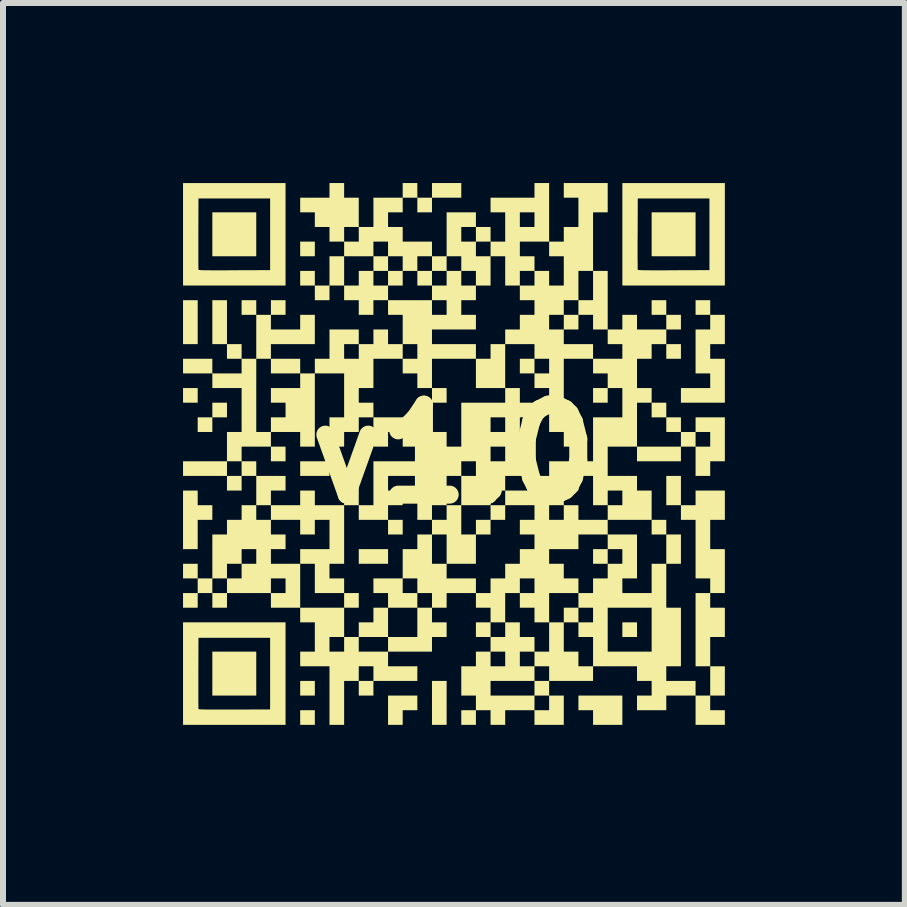
<source format=kicad_pcb>
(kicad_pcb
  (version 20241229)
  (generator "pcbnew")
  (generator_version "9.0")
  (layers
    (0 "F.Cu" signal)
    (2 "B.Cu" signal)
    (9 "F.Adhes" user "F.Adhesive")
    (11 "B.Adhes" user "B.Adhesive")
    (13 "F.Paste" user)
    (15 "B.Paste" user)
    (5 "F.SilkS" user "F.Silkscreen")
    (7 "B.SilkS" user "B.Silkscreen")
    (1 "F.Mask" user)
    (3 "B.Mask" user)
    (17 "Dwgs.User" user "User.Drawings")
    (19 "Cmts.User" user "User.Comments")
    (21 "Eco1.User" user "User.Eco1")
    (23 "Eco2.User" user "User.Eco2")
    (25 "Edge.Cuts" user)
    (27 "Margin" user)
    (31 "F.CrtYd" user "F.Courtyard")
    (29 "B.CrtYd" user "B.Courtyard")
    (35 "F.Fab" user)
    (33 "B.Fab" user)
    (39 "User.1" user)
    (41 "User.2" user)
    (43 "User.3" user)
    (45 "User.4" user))
  (footprint "v1.0"
    (layer "F.Cu")
    (at 4.514 4.514)
    (property "Reference" "v1.0" (at 0 0 0) (layer "F.SilkS") (effects (font (size 1.5 1.5) (thickness 0.3))))
    (attr board_only exclude_from_pos_files exclude_from_bom)
    (fp_poly (pts (xy -4.27 -2.196) (xy -4.27 -1.83) (xy -4.392 -1.83) (xy -4.514 -1.83) (xy -4.514 -2.196) (xy -4.514 -2.562) (xy -4.392 -2.562) (xy -4.27 -2.562)) (stroke (width 0) (type solid)) (fill yes) (layer "F.SilkS"))
    (fp_poly (pts (xy -4.27 -0.976) (xy -4.27 -0.854) (xy -4.392 -0.854) (xy -4.514 -0.854) (xy -4.514 -0.976) (xy -4.514 -1.098) (xy -4.392 -1.098) (xy -4.27 -1.098)) (stroke (width 0) (type solid)) (fill yes) (layer "F.SilkS"))
    (fp_poly (pts (xy -3.782 -2.196) (xy -3.782 -1.83) (xy -3.904 -1.83) (xy -4.026 -1.83) (xy -4.026 -2.196) (xy -4.026 -2.562) (xy -3.904 -2.562) (xy -3.782 -2.562)) (stroke (width 0) (type solid)) (fill yes) (layer "F.SilkS"))
    (fp_poly (pts (xy -3.294 -3.66) (xy -3.294 -3.294) (xy -3.66 -3.294) (xy -4.026 -3.294) (xy -4.026 -3.66) (xy -4.026 -4.026) (xy -3.66 -4.026) (xy -3.294 -4.026)) (stroke (width 0) (type solid)) (fill yes) (layer "F.SilkS"))
    (fp_poly (pts (xy -3.294 3.66) (xy -3.294 4.026) (xy -3.66 4.026) (xy -4.026 4.026) (xy -4.026 3.66) (xy -4.026 3.294) (xy -3.66 3.294) (xy -3.294 3.294)) (stroke (width 0) (type solid)) (fill yes) (layer "F.SilkS"))
    (fp_poly (pts (xy -2.806 0) (xy -2.806 0.122) (xy -2.928 0.122) (xy -3.05 0.122) (xy -3.05 0) (xy -3.05 -0.122) (xy -2.928 -0.122) (xy -2.806 -0.122)) (stroke (width 0) (type solid)) (fill yes) (layer "F.SilkS"))
    (fp_poly (pts (xy -2.318 -3.416) (xy -2.318 -3.294) (xy -2.44 -3.294) (xy -2.562 -3.294) (xy -2.562 -3.416) (xy -2.562 -3.538) (xy -2.44 -3.538) (xy -2.318 -3.538)) (stroke (width 0) (type solid)) (fill yes) (layer "F.SilkS"))
    (fp_poly (pts (xy -2.318 3.904) (xy -2.318 4.026) (xy -2.44 4.026) (xy -2.562 4.026) (xy -2.562 3.904) (xy -2.562 3.782) (xy -2.44 3.782) (xy -2.318 3.782)) (stroke (width 0) (type solid)) (fill yes) (layer "F.SilkS"))
    (fp_poly (pts (xy -2.318 4.392) (xy -2.318 4.514) (xy -2.44 4.514) (xy -2.562 4.514) (xy -2.562 4.392) (xy -2.562 4.27) (xy -2.44 4.27) (xy -2.318 4.27)) (stroke (width 0) (type solid)) (fill yes) (layer "F.SilkS"))
    (fp_poly (pts (xy -2.074 0.244) (xy -2.074 0.366) (xy -2.318 0.366) (xy -2.562 0.366) (xy -2.562 0.244) (xy -2.562 0.122) (xy -2.318 0.122) (xy -2.074 0.122)) (stroke (width 0) (type solid)) (fill yes) (layer "F.SilkS"))
    (fp_poly (pts (xy -1.586 2.44) (xy -1.586 2.562) (xy -1.708 2.562) (xy -1.83 2.562) (xy -1.83 2.44) (xy -1.83 2.318) (xy -1.708 2.318) (xy -1.586 2.318)) (stroke (width 0) (type solid)) (fill yes) (layer "F.SilkS"))
    (fp_poly (pts (xy -1.098 -3.172) (xy -1.098 -3.05) (xy -1.22 -3.05) (xy -1.342 -3.05) (xy -1.342 -3.172) (xy -1.342 -3.294) (xy -1.22 -3.294) (xy -1.098 -3.294)) (stroke (width 0) (type solid)) (fill yes) (layer "F.SilkS"))
    (fp_poly (pts (xy -1.098 1.708) (xy -1.098 1.83) (xy -1.342 1.83) (xy -1.586 1.83) (xy -1.586 1.708) (xy -1.586 1.586) (xy -1.342 1.586) (xy -1.098 1.586)) (stroke (width 0) (type solid)) (fill yes) (layer "F.SilkS"))
    (fp_poly (pts (xy -0.854 -2.928) (xy -0.854 -2.806) (xy -0.976 -2.806) (xy -1.098 -2.806) (xy -1.098 -2.928) (xy -1.098 -3.05) (xy -0.976 -3.05) (xy -0.854 -3.05)) (stroke (width 0) (type solid)) (fill yes) (layer "F.SilkS"))
    (fp_poly (pts (xy -0.854 1.22) (xy -0.854 1.342) (xy -0.976 1.342) (xy -1.098 1.342) (xy -1.098 1.22) (xy -1.098 1.098) (xy -0.976 1.098) (xy -0.854 1.098)) (stroke (width 0) (type solid)) (fill yes) (layer "F.SilkS"))
    (fp_poly (pts (xy -0.366 -2.928) (xy -0.366 -2.806) (xy -0.488 -2.806) (xy -0.61 -2.806) (xy -0.61 -2.928) (xy -0.61 -3.05) (xy -0.488 -3.05) (xy -0.366 -3.05)) (stroke (width 0) (type solid)) (fill yes) (layer "F.SilkS"))
    (fp_poly (pts (xy -0.122 4.148) (xy -0.122 4.514) (xy -0.244 4.514) (xy -0.366 4.514) (xy -0.366 4.148) (xy -0.366 3.782) (xy -0.244 3.782) (xy -0.122 3.782)) (stroke (width 0) (type solid)) (fill yes) (layer "F.SilkS"))
    (fp_poly (pts (xy 1.342 -1.464) (xy 1.342 -1.342) (xy 1.22 -1.342) (xy 1.098 -1.342) (xy 1.098 -1.464) (xy 1.098 -1.586) (xy 1.22 -1.586) (xy 1.342 -1.586)) (stroke (width 0) (type solid)) (fill yes) (layer "F.SilkS"))
    (fp_poly (pts (xy 2.074 -2.196) (xy 2.074 -2.074) (xy 1.952 -2.074) (xy 1.83 -2.074) (xy 1.83 -2.196) (xy 1.83 -2.318) (xy 1.952 -2.318) (xy 2.074 -2.318)) (stroke (width 0) (type solid)) (fill yes) (layer "F.SilkS"))
    (fp_poly (pts (xy 2.074 2.684) (xy 2.074 2.806) (xy 1.952 2.806) (xy 1.83 2.806) (xy 1.83 2.684) (xy 1.83 2.562) (xy 1.952 2.562) (xy 2.074 2.562)) (stroke (width 0) (type solid)) (fill yes) (layer "F.SilkS"))
    (fp_poly (pts (xy 2.562 -0.976) (xy 2.562 -0.854) (xy 2.44 -0.854) (xy 2.318 -0.854) (xy 2.318 -0.976) (xy 2.318 -1.098) (xy 2.44 -1.098) (xy 2.562 -1.098)) (stroke (width 0) (type solid)) (fill yes) (layer "F.SilkS"))
    (fp_poly (pts (xy 2.562 1.708) (xy 2.562 1.83) (xy 2.44 1.83) (xy 2.318 1.83) (xy 2.318 1.708) (xy 2.318 1.586) (xy 2.44 1.586) (xy 2.562 1.586)) (stroke (width 0) (type solid)) (fill yes) (layer "F.SilkS"))
    (fp_poly (pts (xy 3.05 2.928) (xy 3.05 3.05) (xy 2.928 3.05) (xy 2.806 3.05) (xy 2.806 2.928) (xy 2.806 2.806) (xy 2.928 2.806) (xy 3.05 2.806)) (stroke (width 0) (type solid)) (fill yes) (layer "F.SilkS"))
    (fp_poly (pts (xy 3.538 -2.44) (xy 3.538 -2.318) (xy 3.416 -2.318) (xy 3.294 -2.318) (xy 3.294 -2.44) (xy 3.294 -2.562) (xy 3.416 -2.562) (xy 3.538 -2.562)) (stroke (width 0) (type solid)) (fill yes) (layer "F.SilkS"))
    (fp_poly (pts (xy 3.538 -0.732) (xy 3.538 -0.61) (xy 3.416 -0.61) (xy 3.294 -0.61) (xy 3.294 -0.732) (xy 3.294 -0.854) (xy 3.416 -0.854) (xy 3.538 -0.854)) (stroke (width 0) (type solid)) (fill yes) (layer "F.SilkS"))
    (fp_poly (pts (xy 3.538 1.22) (xy 3.538 1.342) (xy 3.416 1.342) (xy 3.294 1.342) (xy 3.294 1.22) (xy 3.294 1.098) (xy 3.416 1.098) (xy 3.538 1.098)) (stroke (width 0) (type solid)) (fill yes) (layer "F.SilkS"))
    (fp_poly (pts (xy 3.782 -1.708) (xy 3.782 -1.586) (xy 3.66 -1.586) (xy 3.538 -1.586) (xy 3.538 -1.708) (xy 3.538 -1.83) (xy 3.66 -1.83) (xy 3.782 -1.83)) (stroke (width 0) (type solid)) (fill yes) (layer "F.SilkS"))
    (fp_poly (pts (xy 4.026 -3.66) (xy 4.026 -3.294) (xy 3.66 -3.294) (xy 3.294 -3.294) (xy 3.294 -3.66) (xy 3.294 -4.026) (xy 3.66 -4.026) (xy 4.026 -4.026)) (stroke (width 0) (type solid)) (fill yes) (layer "F.SilkS"))
    (fp_poly (pts (xy 4.27 -2.44) (xy 4.27 -2.318) (xy 4.148 -2.318) (xy 4.026 -2.318) (xy 4.026 -2.44) (xy 4.026 -2.562) (xy 4.148 -2.562) (xy 4.27 -2.562)) (stroke (width 0) (type solid)) (fill yes) (layer "F.SilkS"))
    (fp_poly (pts (xy -0.61 4.148) (xy -0.61 4.27) (xy -0.732 4.27) (xy -0.854 4.27) (xy -0.854 4.392) (xy -0.854 4.514) (xy -0.976 4.514) (xy -1.098 4.514) (xy -1.098 4.27) (xy -1.098 4.026) (xy -0.854 4.026) (xy -0.61 4.026)) (stroke (width 0) (type solid)) (fill yes) (layer "F.SilkS"))
    (fp_poly (pts (xy 0.854 -1.464) (xy 0.854 -1.098) (xy 0.61 -1.098) (xy 0.366 -1.098) (xy 0.366 -1.342) (xy 0.366 -1.586) (xy 0.488 -1.586) (xy 0.61 -1.586) (xy 0.61 -1.708) (xy 0.61 -1.83) (xy 0.732 -1.83) (xy 0.854 -1.83)) (stroke (width 0) (type solid)) (fill yes) (layer "F.SilkS"))
    (fp_poly (pts (xy 2.806 4.27) (xy 2.806 4.514) (xy 2.562 4.514) (xy 2.318 4.514) (xy 2.318 4.392) (xy 2.318 4.27) (xy 2.196 4.27) (xy 2.074 4.27) (xy 2.074 4.148) (xy 2.074 4.026) (xy 2.44 4.026) (xy 2.806 4.026)) (stroke (width 0) (type solid)) (fill yes) (layer "F.SilkS"))
    (fp_poly (pts (xy -4.27 0.732) (xy -4.27 0.854) (xy -4.148 0.854) (xy -4.026 0.854) (xy -4.026 0.976) (xy -4.026 1.098) (xy -4.148 1.098) (xy -4.27 1.098) (xy -4.27 1.342) (xy -4.27 1.586) (xy -4.392 1.586) (xy -4.514 1.586) (xy -4.514 1.098) (xy -4.514 0.61) (xy -4.392 0.61) (xy -4.27 0.61)) (stroke (width 0) (type solid)) (fill yes) (layer "F.SilkS"))
    (fp_poly (pts (xy -3.782 -0.732) (xy -3.782 -0.61) (xy -3.904 -0.61) (xy -4.026 -0.61) (xy -4.026 -0.488) (xy -4.026 -0.366) (xy -4.148 -0.366) (xy -4.27 -0.366) (xy -4.27 -0.488) (xy -4.27 -0.61) (xy -4.148 -0.61) (xy -4.026 -0.61) (xy -4.026 -0.732) (xy -4.026 -0.854) (xy -3.904 -0.854) (xy -3.782 -0.854)) (stroke (width 0) (type solid)) (fill yes) (layer "F.SilkS"))
    (fp_poly (pts (xy -0.854 2.196) (xy -0.854 2.318) (xy -0.732 2.318) (xy -0.61 2.318) (xy -0.61 2.44) (xy -0.61 2.562) (xy -0.854 2.562) (xy -1.098 2.562) (xy -1.098 2.806) (xy -1.098 3.05) (xy -1.342 3.05) (xy -1.586 3.05) (xy -1.586 2.928) (xy -1.586 2.806) (xy -1.464 2.806) (xy -1.342 2.806) (xy -1.342 2.684) (xy -1.342 2.562) (xy -1.22 2.562) (xy -1.098 2.562) (xy -1.098 2.44) (xy -1.098 2.318) (xy -1.22 2.318) (xy -1.342 2.318) (xy -1.342 2.196) (xy -1.342 2.074) (xy -1.098 2.074) (xy -0.854 2.074)) (stroke (width 0) (type solid)) (fill yes) (layer "F.SilkS"))
    (fp_poly (pts (xy 4.514 -2.074) (xy 4.514 -1.83) (xy 4.392 -1.83) (xy 4.27 -1.83) (xy 4.27 -1.708) (xy 4.27 -1.586) (xy 4.392 -1.586) (xy 4.514 -1.586) (xy 4.514 -1.22) (xy 4.514 -0.854) (xy 4.148 -0.854) (xy 3.782 -0.854) (xy 3.782 -0.976) (xy 3.782 -1.098) (xy 4.026 -1.098) (xy 4.27 -1.098) (xy 4.27 -1.22) (xy 4.27 -1.342) (xy 4.148 -1.342) (xy 4.026 -1.342) (xy 4.026 -1.708) (xy 4.026 -2.074) (xy 4.148 -2.074) (xy 4.27 -2.074) (xy 4.27 -2.196) (xy 4.27 -2.318) (xy 4.392 -2.318) (xy 4.514 -2.318)) (stroke (width 0) (type solid)) (fill yes) (layer "F.SilkS"))
    (fp_poly (pts (xy -0.122 -0.976) (xy -0.122 -0.854) (xy -0.244 -0.854) (xy -0.366 -0.854) (xy -0.366 -0.732) (xy -0.366 -0.61) (xy -0.488 -0.61) (xy -0.61 -0.61) (xy -0.61 -0.366) (xy -0.61 -0.122) (xy -0.732 -0.122) (xy -0.854 -0.122) (xy -0.854 -0.244) (xy -0.854 -0.366) (xy -0.976 -0.366) (xy -1.098 -0.366) (xy -1.098 -0.244) (xy -1.098 -0.122) (xy -1.22 -0.122) (xy -1.342 -0.122) (xy -1.342 -0.366) (xy -1.342 -0.61) (xy -0.976 -0.61) (xy -0.61 -0.61) (xy -0.61 -0.732) (xy -0.61 -0.854) (xy -0.488 -0.854) (xy -0.366 -0.854) (xy -0.366 -0.976) (xy -0.366 -1.098) (xy -0.244 -1.098) (xy -0.122 -1.098)) (stroke (width 0) (type solid)) (fill yes) (layer "F.SilkS"))
    (fp_poly (pts (xy -2.806 -3.66) (xy -2.806 -2.806) (xy -3.66 -2.806) (xy -4.514 -2.806) (xy -4.514 -3.385) (xy -4.259 -3.385) (xy -4.259 -3.305) (xy -4.259 -3.234) (xy -4.259 -3.174) (xy -4.258 -3.126) (xy -4.258 -3.092) (xy -4.257 -3.073) (xy -4.257 -3.069) (xy -4.253 -3.067) (xy -4.242 -3.065) (xy -4.222 -3.064) (xy -4.193 -3.062) (xy -4.155 -3.061) (xy -4.105 -3.061) (xy -4.042 -3.06) (xy -3.966 -3.06) (xy -3.876 -3.06) (xy -3.77 -3.06) (xy -3.658 -3.061) (xy -3.063 -3.063) (xy -3.063 -3.66) (xy -3.063 -4.257) (xy -3.66 -4.257) (xy -4.257 -4.257) (xy -4.259 -3.668) (xy -4.259 -3.569) (xy -4.259 -3.474) (xy -4.259 -3.385) (xy -4.514 -3.385) (xy -4.514 -3.66) (xy -4.514 -4.514) (xy -3.66 -4.514) (xy -2.806 -4.514)) (stroke (width 0) (type solid)) (fill yes) (layer "F.SilkS"))
    (fp_poly (pts (xy -2.806 3.66) (xy -2.806 4.514) (xy -3.66 4.514) (xy -4.514 4.514) (xy -4.514 3.934) (xy -4.259 3.934) (xy -4.259 4.014) (xy -4.259 4.085) (xy -4.259 4.146) (xy -4.258 4.194) (xy -4.258 4.228) (xy -4.257 4.247) (xy -4.257 4.25) (xy -4.253 4.252) (xy -4.242 4.254) (xy -4.222 4.256) (xy -4.193 4.257) (xy -4.155 4.258) (xy -4.105 4.259) (xy -4.042 4.259) (xy -3.966 4.259) (xy -3.876 4.259) (xy -3.77 4.259) (xy -3.658 4.259) (xy -3.063 4.257) (xy -3.063 3.66) (xy -3.063 3.063) (xy -3.66 3.063) (xy -4.257 3.063) (xy -4.259 3.651) (xy -4.259 3.751) (xy -4.259 3.846) (xy -4.259 3.934) (xy -4.514 3.934) (xy -4.514 3.66) (xy -4.514 2.806) (xy -3.66 2.806) (xy -2.806 2.806)) (stroke (width 0) (type solid)) (fill yes) (layer "F.SilkS"))
    (fp_poly (pts (xy 4.514 -3.66) (xy 4.514 -2.806) (xy 3.66 -2.806) (xy 2.806 -2.806) (xy 2.806 -3.385) (xy 3.06 -3.385) (xy 3.06 -3.305) (xy 3.06 -3.234) (xy 3.061 -3.174) (xy 3.061 -3.126) (xy 3.061 -3.092) (xy 3.062 -3.073) (xy 3.062 -3.069) (xy 3.067 -3.067) (xy 3.078 -3.065) (xy 3.097 -3.064) (xy 3.126 -3.062) (xy 3.165 -3.061) (xy 3.215 -3.061) (xy 3.277 -3.06) (xy 3.353 -3.06) (xy 3.443 -3.06) (xy 3.549 -3.06) (xy 3.662 -3.061) (xy 4.257 -3.063) (xy 4.257 -3.66) (xy 4.257 -4.257) (xy 3.66 -4.257) (xy 3.063 -4.257) (xy 3.061 -3.668) (xy 3.06 -3.569) (xy 3.06 -3.474) (xy 3.06 -3.385) (xy 2.806 -3.385) (xy 2.806 -3.66) (xy 2.806 -4.514) (xy 3.66 -4.514) (xy 4.514 -4.514)) (stroke (width 0) (type solid)) (fill yes) (layer "F.SilkS"))
    (fp_poly (pts (xy 3.782 0.61) (xy 3.782 0.854) (xy 3.904 0.854) (xy 4.026 0.854) (xy 4.026 0.732) (xy 4.026 0.61) (xy 4.27 0.61) (xy 4.514 0.61) (xy 4.514 0.854) (xy 4.514 1.098) (xy 4.392 1.098) (xy 4.27 1.098) (xy 4.27 1.342) (xy 4.27 1.586) (xy 4.392 1.586) (xy 4.514 1.586) (xy 4.514 1.952) (xy 4.514 2.318) (xy 4.392 2.318) (xy 4.27 2.318) (xy 4.27 2.44) (xy 4.27 2.562) (xy 4.392 2.562) (xy 4.514 2.562) (xy 4.514 2.806) (xy 4.514 3.05) (xy 4.392 3.05) (xy 4.27 3.05) (xy 4.27 3.294) (xy 4.27 3.538) (xy 4.148 3.538) (xy 4.026 3.538) (xy 4.026 2.928) (xy 4.026 2.318) (xy 4.148 2.318) (xy 4.27 2.318) (xy 4.27 2.196) (xy 4.27 2.074) (xy 4.148 2.074) (xy 4.026 2.074) (xy 4.026 1.586) (xy 4.026 1.098) (xy 3.904 1.098) (xy 3.782 1.098) (xy 3.782 0.976) (xy 3.782 0.854) (xy 3.66 0.854) (xy 3.538 0.854) (xy 3.538 0.61) (xy 3.538 0.366) (xy 3.66 0.366) (xy 3.782 0.366)) (stroke (width 0) (type solid)) (fill yes) (layer "F.SilkS"))
    (fp_poly (pts (xy -2.806 0.488) (xy -2.806 0.61) (xy -2.928 0.61) (xy -3.05 0.61) (xy -3.05 0.732) (xy -3.05 0.854) (xy -3.172 0.854) (xy -3.294 0.854) (xy -3.294 0.976) (xy -3.294 1.098) (xy -3.172 1.098) (xy -3.05 1.098) (xy -3.05 1.22) (xy -3.05 1.342) (xy -2.928 1.342) (xy -2.806 1.342) (xy -2.806 1.464) (xy -2.806 1.586) (xy -2.928 1.586) (xy -3.05 1.586) (xy -3.05 1.708) (xy -3.05 1.83) (xy -2.806 1.83) (xy -2.562 1.83) (xy -2.562 2.196) (xy -2.562 2.562) (xy -2.806 2.562) (xy -3.05 2.562) (xy -3.05 2.44) (xy -3.05 2.318) (xy -3.416 2.318) (xy -3.782 2.318) (xy -3.782 2.44) (xy -3.782 2.562) (xy -3.904 2.562) (xy -4.026 2.562) (xy -4.026 2.44) (xy -4.026 2.318) (xy -3.904 2.318) (xy -3.782 2.318) (xy -3.782 2.196) (xy -3.782 2.074) (xy -3.66 2.074) (xy -3.538 2.074) (xy -3.05 2.074) (xy -3.05 2.196) (xy -3.05 2.318) (xy -2.928 2.318) (xy -2.806 2.318) (xy -2.806 2.196) (xy -2.806 2.074) (xy -2.928 2.074) (xy -3.05 2.074) (xy -3.538 2.074) (xy -3.538 1.952) (xy -3.538 1.83) (xy -3.416 1.83) (xy -3.294 1.83) (xy -3.294 1.708) (xy -3.294 1.586) (xy -3.416 1.586) (xy -3.538 1.586) (xy -3.538 1.708) (xy -3.538 1.83) (xy -3.66 1.83) (xy -3.782 1.83) (xy -3.782 1.952) (xy -3.782 2.074) (xy -3.904 2.074) (xy -4.026 2.074) (xy -4.026 2.196) (xy -4.026 2.318) (xy -4.148 2.318) (xy -4.27 2.318) (xy -4.27 2.44) (xy -4.27 2.562) (xy -4.392 2.562) (xy -4.514 2.562) (xy -4.514 2.44) (xy -4.514 2.318) (xy -4.392 2.318) (xy -4.27 2.318) (xy -4.27 2.196) (xy -4.27 2.074) (xy -4.392 2.074) (xy -4.514 2.074) (xy -4.514 1.952) (xy -4.514 1.83) (xy -4.392 1.83) (xy -4.27 1.83) (xy -4.27 1.952) (xy -4.27 2.074) (xy -4.148 2.074) (xy -4.026 2.074) (xy -4.026 1.708) (xy -4.026 1.342) (xy -3.904 1.342) (xy -3.782 1.342) (xy -3.782 1.22) (xy -3.782 1.098) (xy -3.66 1.098) (xy -3.538 1.098) (xy -3.538 0.976) (xy -3.538 0.854) (xy -3.416 0.854) (xy -3.294 0.854) (xy -3.294 0.61) (xy -3.294 0.366) (xy -3.05 0.366) (xy -2.806 0.366)) (stroke (width 0) (type solid)) (fill yes) (layer "F.SilkS"))
    (fp_poly (pts (xy 1.098 -0.976) (xy 1.098 -0.854) (xy 1.22 -0.854) (xy 1.342 -0.854) (xy 1.342 -0.732) (xy 1.342 -0.61) (xy 1.22 -0.61) (xy 1.098 -0.61) (xy 1.098 -0.488) (xy 1.098 -0.366) (xy 1.22 -0.366) (xy 1.342 -0.366) (xy 1.342 -0.244) (xy 1.342 -0.122) (xy 1.22 -0.122) (xy 1.098 -0.122) (xy 1.098 0) (xy 1.098 0.122) (xy 1.22 0.122) (xy 1.342 0.122) (xy 1.342 0.244) (xy 1.342 0.366) (xy 1.098 0.366) (xy 0.854 0.366) (xy 0.854 0.488) (xy 0.854 0.61) (xy 0.732 0.61) (xy 0.61 0.61) (xy 0.61 0.732) (xy 0.61 0.854) (xy 0.366 0.854) (xy 0.122 0.854) (xy 0.122 1.098) (xy 0.122 1.342) (xy 0.244 1.342) (xy 0.366 1.342) (xy 0.366 1.22) (xy 0.366 1.098) (xy 0.488 1.098) (xy 0.61 1.098) (xy 0.61 0.976) (xy 0.61 0.854) (xy 0.732 0.854) (xy 0.854 0.854) (xy 0.854 0.976) (xy 0.854 1.098) (xy 0.732 1.098) (xy 0.61 1.098) (xy 0.61 1.22) (xy 0.61 1.342) (xy 0.488 1.342) (xy 0.366 1.342) (xy 0.366 1.586) (xy 0.366 1.83) (xy 0.122 1.83) (xy -0.122 1.83) (xy -0.122 1.586) (xy -0.122 1.342) (xy -0.244 1.342) (xy -0.366 1.342) (xy -0.366 1.22) (xy -0.366 1.098) (xy -0.244 1.098) (xy -0.122 1.098) (xy -0.122 0.976) (xy -0.122 0.854) (xy 0 0.854) (xy 0.122 0.854) (xy 0.122 0.61) (xy 0.122 0.366) (xy 0.244 0.366) (xy 0.366 0.366) (xy 0.366 0.244) (xy 0.366 0.122) (xy 0.244 0.122) (xy 0.122 0.122) (xy 0.122 0.244) (xy 0.122 0.366) (xy 0 0.366) (xy -0.122 0.366) (xy -0.122 0.61) (xy -0.122 0.854) (xy -0.244 0.854) (xy -0.366 0.854) (xy -0.366 0.976) (xy -0.366 1.098) (xy -0.488 1.098) (xy -0.61 1.098) (xy -0.61 0.732) (xy -0.61 0.366) (xy -0.854 0.366) (xy -1.098 0.366) (xy -1.098 0.488) (xy -1.098 0.61) (xy -0.976 0.61) (xy -0.854 0.61) (xy -0.854 0.732) (xy -0.854 0.854) (xy -0.976 0.854) (xy -1.098 0.854) (xy -1.098 0.976) (xy -1.098 1.098) (xy -1.342 1.098) (xy -1.586 1.098) (xy -1.586 0.976) (xy -1.586 0.854) (xy -1.708 0.854) (xy -1.83 0.854) (xy -1.83 1.342) (xy -1.83 1.83) (xy -1.952 1.83) (xy -2.074 1.83) (xy -2.074 1.952) (xy -2.074 2.074) (xy -1.952 2.074) (xy -1.83 2.074) (xy -1.83 2.196) (xy -1.83 2.318) (xy -2.074 2.318) (xy -2.318 2.318) (xy -2.318 2.074) (xy -2.318 1.83) (xy -2.44 1.83) (xy -2.562 1.83) (xy -2.562 1.708) (xy -2.562 1.586) (xy -2.318 1.586) (xy -2.074 1.586) (xy -2.074 1.342) (xy -2.074 1.098) (xy -2.196 1.098) (xy -2.318 1.098) (xy -2.318 1.22) (xy -2.318 1.342) (xy -2.44 1.342) (xy -2.562 1.342) (xy -2.562 1.22) (xy -2.562 1.098) (xy -2.806 1.098) (xy -3.05 1.098) (xy -3.05 0.976) (xy -3.05 0.854) (xy -2.806 0.854) (xy -2.562 0.854) (xy -2.562 0.732) (xy -2.562 0.61) (xy -2.44 0.61) (xy -2.318 0.61) (xy -2.318 0.732) (xy -2.318 0.854) (xy -2.074 0.854) (xy -1.83 0.854) (xy -1.83 0.61) (xy -1.83 0.366) (xy -1.708 0.366) (xy -1.586 0.366) (xy -1.586 0.61) (xy -1.586 0.854) (xy -1.464 0.854) (xy -1.342 0.854) (xy -1.342 0.488) (xy -1.342 0.122) (xy -0.976 0.122) (xy -0.61 0.122) (xy -0.61 0.244) (xy -0.61 0.366) (xy -0.488 0.366) (xy -0.366 0.366) (xy -0.366 0) (xy -0.366 -0.366) (xy -0.244 -0.366) (xy -0.122 -0.366) (xy -0.122 -0.244) (xy -0.122 -0.122) (xy 0 -0.122) (xy 0.122 -0.122) (xy 0.61 -0.122) (xy 0.61 0) (xy 0.61 0.122) (xy 0.732 0.122) (xy 0.854 0.122) (xy 0.854 0) (xy 0.854 -0.122) (xy 0.732 -0.122) (xy 0.61 -0.122) (xy 0.122 -0.122) (xy 0.122 -0.488) (xy 0.122 -0.61) (xy 0.61 -0.61) (xy 0.61 -0.488) (xy 0.61 -0.366) (xy 0.732 -0.366) (xy 0.854 -0.366) (xy 0.854 -0.488) (xy 0.854 -0.61) (xy 0.732 -0.61) (xy 0.61 -0.61) (xy 0.122 -0.61) (xy 0.122 -0.854) (xy 0.488 -0.854) (xy 0.854 -0.854) (xy 0.854 -0.976) (xy 0.854 -1.098) (xy 0.976 -1.098) (xy 1.098 -1.098)) (stroke (width 0) (type solid)) (fill yes) (layer "F.SilkS"))
    (fp_poly (pts (xy -1.83 -4.392) (xy -1.83 -4.27) (xy -1.708 -4.27) (xy -1.586 -4.27) (xy -1.586 -4.026) (xy -1.586 -3.782) (xy -1.464 -3.782) (xy -1.342 -3.782) (xy -1.342 -4.026) (xy -1.342 -4.27) (xy -1.098 -4.27) (xy -0.854 -4.27) (xy -0.854 -4.392) (xy -0.854 -4.514) (xy -0.732 -4.514) (xy -0.61 -4.514) (xy -0.61 -4.392) (xy -0.61 -4.27) (xy -0.488 -4.27) (xy -0.366 -4.27) (xy -0.366 -4.392) (xy -0.366 -4.514) (xy -0.122 -4.514) (xy 0.122 -4.514) (xy 0.122 -4.392) (xy 0.122 -4.27) (xy -0.122 -4.27) (xy -0.366 -4.27) (xy -0.366 -4.148) (xy -0.366 -4.026) (xy -0.488 -4.026) (xy -0.61 -4.026) (xy -0.61 -4.148) (xy -0.61 -4.27) (xy -0.732 -4.27) (xy -0.854 -4.27) (xy -0.854 -4.148) (xy -0.854 -4.026) (xy -0.976 -4.026) (xy -1.098 -4.026) (xy -1.098 -3.904) (xy -1.098 -3.782) (xy -0.976 -3.782) (xy -0.854 -3.782) (xy -0.854 -3.66) (xy -0.854 -3.538) (xy -0.61 -3.538) (xy -0.366 -3.538) (xy -0.366 -3.416) (xy -0.366 -3.294) (xy -0.244 -3.294) (xy -0.122 -3.294) (xy -0.122 -3.66) (xy -0.122 -4.026) (xy 0.122 -4.026) (xy 0.366 -4.026) (xy 0.366 -3.904) (xy 0.366 -3.782) (xy 0.244 -3.782) (xy 0.122 -3.782) (xy 0.122 -3.66) (xy 0.122 -3.538) (xy 0.244 -3.538) (xy 0.366 -3.538) (xy 0.366 -3.416) (xy 0.366 -3.294) (xy 0.488 -3.294) (xy 0.61 -3.294) (xy 0.61 -3.416) (xy 0.61 -3.538) (xy 0.488 -3.538) (xy 0.366 -3.538) (xy 0.366 -3.66) (xy 0.366 -3.782) (xy 0.488 -3.782) (xy 0.61 -3.782) (xy 0.61 -3.66) (xy 0.61 -3.538) (xy 0.732 -3.538) (xy 0.854 -3.538) (xy 0.854 -3.782) (xy 0.854 -4.026) (xy 1.098 -4.026) (xy 1.098 -3.904) (xy 1.098 -3.782) (xy 1.22 -3.782) (xy 1.342 -3.782) (xy 1.342 -3.904) (xy 1.342 -4.026) (xy 1.22 -4.026) (xy 1.098 -4.026) (xy 0.854 -4.026) (xy 0.732 -4.026) (xy 0.61 -4.026) (xy 0.61 -4.148) (xy 0.61 -4.27) (xy 0.976 -4.27) (xy 1.342 -4.27) (xy 1.342 -4.392) (xy 1.342 -4.514) (xy 1.464 -4.514) (xy 1.586 -4.514) (xy 1.586 -4.026) (xy 1.586 -3.538) (xy 1.708 -3.538) (xy 1.83 -3.538) (xy 1.83 -3.66) (xy 1.83 -3.782) (xy 1.952 -3.782) (xy 2.074 -3.782) (xy 2.074 -4.026) (xy 2.074 -4.27) (xy 1.952 -4.27) (xy 1.83 -4.27) (xy 1.83 -4.392) (xy 1.83 -4.514) (xy 2.196 -4.514) (xy 2.562 -4.514) (xy 2.562 -4.27) (xy 2.562 -4.026) (xy 2.44 -4.026) (xy 2.318 -4.026) (xy 2.318 -3.538) (xy 2.318 -3.05) (xy 2.196 -3.05) (xy 2.074 -3.05) (xy 2.074 -2.806) (xy 2.074 -2.562) (xy 1.952 -2.562) (xy 1.83 -2.562) (xy 1.83 -2.44) (xy 1.83 -2.318) (xy 1.708 -2.318) (xy 1.586 -2.318) (xy 1.586 -2.196) (xy 1.586 -2.074) (xy 1.708 -2.074) (xy 1.83 -2.074) (xy 1.83 -1.952) (xy 1.83 -1.83) (xy 2.074 -1.83) (xy 2.318 -1.83) (xy 2.318 -1.708) (xy 2.318 -1.586) (xy 2.074 -1.586) (xy 1.83 -1.586) (xy 1.83 -1.098) (xy 1.83 -0.61) (xy 1.952 -0.61) (xy 2.074 -0.61) (xy 2.074 -0.366) (xy 2.074 -0.122) (xy 1.952 -0.122) (xy 1.83 -0.122) (xy 1.83 -0.244) (xy 1.83 -0.366) (xy 1.708 -0.366) (xy 1.586 -0.366) (xy 1.586 -0.732) (xy 1.586 -1.098) (xy 1.464 -1.098) (xy 1.342 -1.098) (xy 1.342 -1.22) (xy 1.342 -1.342) (xy 1.464 -1.342) (xy 1.586 -1.342) (xy 1.586 -1.464) (xy 1.586 -1.586) (xy 1.464 -1.586) (xy 1.342 -1.586) (xy 1.342 -1.708) (xy 1.342 -1.83) (xy 1.098 -1.83) (xy 0.854 -1.83) (xy 0.854 -1.952) (xy 0.854 -2.074) (xy 0.976 -2.074) (xy 1.098 -2.074) (xy 1.098 -2.196) (xy 1.098 -2.318) (xy 1.22 -2.318) (xy 1.342 -2.318) (xy 1.342 -2.44) (xy 1.342 -2.562) (xy 1.22 -2.562) (xy 1.098 -2.562) (xy 1.098 -2.684) (xy 1.098 -2.806) (xy 1.22 -2.806) (xy 1.342 -2.806) (xy 1.342 -2.928) (xy 1.342 -3.05) (xy 1.464 -3.05) (xy 1.586 -3.05) (xy 1.586 -2.928) (xy 1.586 -2.806) (xy 1.708 -2.806) (xy 1.83 -2.806) (xy 1.83 -3.05) (xy 1.83 -3.294) (xy 1.708 -3.294) (xy 1.586 -3.294) (xy 1.586 -3.416) (xy 1.586 -3.538) (xy 1.342 -3.538) (xy 1.098 -3.538) (xy 1.098 -3.416) (xy 1.098 -3.294) (xy 1.22 -3.294) (xy 1.342 -3.294) (xy 1.342 -3.172) (xy 1.342 -3.05) (xy 1.22 -3.05) (xy 1.098 -3.05) (xy 1.098 -2.928) (xy 1.098 -2.806) (xy 0.976 -2.806) (xy 0.854 -2.806) (xy 0.854 -3.05) (xy 0.854 -3.294) (xy 0.732 -3.294) (xy 0.61 -3.294) (xy 0.61 -3.05) (xy 0.61 -2.806) (xy 0.488 -2.806) (xy 0.366 -2.806) (xy 0.366 -2.928) (xy 0.366 -3.05) (xy 0.244 -3.05) (xy 0.122 -3.05) (xy 0.122 -2.928) (xy 0.122 -2.806) (xy 0.244 -2.806) (xy 0.366 -2.806) (xy 0.366 -2.684) (xy 0.366 -2.562) (xy 0.244 -2.562) (xy 0.122 -2.562) (xy 0.122 -2.44) (xy 0.122 -2.318) (xy 0.244 -2.318) (xy 0.366 -2.318) (xy 0.366 -2.196) (xy 0.366 -2.074) (xy 0 -2.074) (xy -0.366 -2.074) (xy -0.366 -1.952) (xy -0.366 -1.83) (xy 0 -1.83) (xy 0.366 -1.83) (xy 0.366 -1.708) (xy 0.366 -1.586) (xy 0 -1.586) (xy -0.366 -1.586) (xy -0.366 -1.342) (xy -0.366 -1.098) (xy -0.488 -1.098) (xy -0.61 -1.098) (xy -0.61 -1.22) (xy -0.61 -1.342) (xy -0.732 -1.342) (xy -0.854 -1.342) (xy -0.854 -1.464) (xy -0.854 -1.586) (xy -0.732 -1.586) (xy -0.61 -1.586) (xy -0.61 -1.708) (xy -0.61 -1.83) (xy -0.732 -1.83) (xy -0.854 -1.83) (xy -0.854 -1.708) (xy -0.854 -1.586) (xy -1.098 -1.586) (xy -1.342 -1.586) (xy -1.342 -1.342) (xy -1.342 -1.098) (xy -1.464 -1.098) (xy -1.586 -1.098) (xy -1.586 -0.976) (xy -1.586 -0.854) (xy -1.464 -0.854) (xy -1.342 -0.854) (xy -1.342 -0.732) (xy -1.342 -0.61) (xy -1.464 -0.61) (xy -1.586 -0.61) (xy -1.586 -0.488) (xy -1.586 -0.366) (xy -1.708 -0.366) (xy -1.83 -0.366) (xy -1.83 -0.244) (xy -1.83 -0.122) (xy -1.952 -0.122) (xy -2.074 -0.122) (xy -2.074 -0.366) (xy -2.074 -0.61) (xy -1.952 -0.61) (xy -1.83 -0.61) (xy -1.83 -0.976) (xy -1.83 -1.342) (xy -2.074 -1.342) (xy -2.318 -1.342) (xy -2.318 -0.732) (xy -2.318 -0.122) (xy -2.44 -0.122) (xy -2.562 -0.122) (xy -2.562 -0.244) (xy -2.562 -0.366) (xy -2.806 -0.366) (xy -3.05 -0.366) (xy -3.05 -0.244) (xy -3.05 -0.122) (xy -3.294 -0.122) (xy -3.538 -0.122) (xy -3.538 0) (xy -3.538 0.122) (xy -3.66 0.122) (xy -3.782 0.122) (xy -3.782 0.244) (xy -3.782 0.366) (xy -3.66 0.366) (xy -3.538 0.366) (xy -3.538 0.244) (xy -3.538 0.122) (xy -3.416 0.122) (xy -3.294 0.122) (xy -3.294 0.244) (xy -3.294 0.366) (xy -3.416 0.366) (xy -3.538 0.366) (xy -3.538 0.488) (xy -3.538 0.61) (xy -3.66 0.61) (xy -3.782 0.61) (xy -3.782 0.488) (xy -3.782 0.366) (xy -4.148 0.366) (xy -4.514 0.366) (xy -4.514 0.244) (xy -4.514 0.122) (xy -4.148 0.122) (xy -3.782 0.122) (xy -3.782 -0.122) (xy -3.782 -0.366) (xy -3.66 -0.366) (xy -3.538 -0.366) (xy -3.538 -0.732) (xy -3.538 -1.098) (xy -3.782 -1.098) (xy -4.026 -1.098) (xy -4.026 -1.22) (xy -4.026 -1.342) (xy -4.27 -1.342) (xy -4.514 -1.342) (xy -4.514 -1.464) (xy -4.514 -1.586) (xy -4.27 -1.586) (xy -4.026 -1.586) (xy -4.026 -1.464) (xy -4.026 -1.342) (xy -3.782 -1.342) (xy -3.538 -1.342) (xy -3.538 -1.464) (xy -3.538 -1.586) (xy -3.66 -1.586) (xy -3.782 -1.586) (xy -3.782 -1.708) (xy -3.782 -1.83) (xy -3.66 -1.83) (xy -3.538 -1.83) (xy -3.538 -1.708) (xy -3.538 -1.586) (xy -3.416 -1.586) (xy -3.294 -1.586) (xy -3.294 -1.952) (xy -3.294 -2.318) (xy -3.416 -2.318) (xy -3.538 -2.318) (xy -3.538 -2.44) (xy -3.538 -2.562) (xy -3.416 -2.562) (xy -3.294 -2.562) (xy -3.294 -2.44) (xy -3.294 -2.318) (xy -3.172 -2.318) (xy -3.05 -2.318) (xy -3.05 -2.44) (xy -3.05 -2.562) (xy -2.928 -2.562) (xy -2.806 -2.562) (xy -2.806 -2.44) (xy -2.806 -2.318) (xy -2.928 -2.318) (xy -3.05 -2.318) (xy -3.05 -2.196) (xy -3.05 -2.074) (xy -2.806 -2.074) (xy -2.562 -2.074) (xy -2.562 -2.196) (xy -2.562 -2.318) (xy -2.44 -2.318) (xy -2.318 -2.318) (xy -2.318 -2.074) (xy -2.318 -1.83) (xy -2.684 -1.83) (xy -3.05 -1.83) (xy -3.05 -1.708) (xy -3.05 -1.586) (xy -3.172 -1.586) (xy -3.294 -1.586) (xy -3.294 -0.976) (xy -3.294 -0.366) (xy -3.172 -0.366) (xy -3.05 -0.366) (xy -3.05 -0.488) (xy -3.05 -0.61) (xy -2.928 -0.61) (xy -2.806 -0.61) (xy -2.806 -0.732) (xy -2.806 -0.854) (xy -2.928 -0.854) (xy -3.05 -0.854) (xy -3.05 -0.976) (xy -3.05 -1.098) (xy -2.806 -1.098) (xy -2.562 -1.098) (xy -2.562 -1.22) (xy -2.562 -1.342) (xy -2.806 -1.342) (xy -3.05 -1.342) (xy -3.05 -1.464) (xy -3.05 -1.586) (xy -2.806 -1.586) (xy -2.562 -1.586) (xy -2.562 -1.464) (xy -2.562 -1.342) (xy -2.44 -1.342) (xy -2.318 -1.342) (xy -2.318 -1.464) (xy -2.318 -1.586) (xy -2.196 -1.586) (xy -2.074 -1.586) (xy -2.074 -1.83) (xy -1.83 -1.83) (xy -1.83 -1.708) (xy -1.83 -1.586) (xy -1.708 -1.586) (xy -1.586 -1.586) (xy -1.586 -1.708) (xy -1.586 -1.83) (xy -1.708 -1.83) (xy -1.83 -1.83) (xy -2.074 -1.83) (xy -2.074 -2.074) (xy -1.83 -2.074) (xy -1.586 -2.074) (xy -1.586 -1.952) (xy -1.586 -1.83) (xy -1.464 -1.83) (xy -1.342 -1.83) (xy -1.342 -1.952) (xy -1.342 -2.074) (xy -1.22 -2.074) (xy -1.098 -2.074) (xy -1.098 -1.952) (xy -1.098 -1.83) (xy -0.976 -1.83) (xy -0.854 -1.83) (xy -0.854 -2.074) (xy -0.854 -2.318) (xy -0.976 -2.318) (xy -1.098 -2.318) (xy -1.098 -2.44) (xy -1.098 -2.562) (xy -1.22 -2.562) (xy -1.342 -2.562) (xy -1.342 -2.44) (xy -1.342 -2.318) (xy -1.464 -2.318) (xy -1.586 -2.318) (xy -1.586 -2.44) (xy -1.586 -2.562) (xy -1.708 -2.562) (xy -1.83 -2.562) (xy -1.83 -2.684) (xy -1.83 -2.806) (xy -1.708 -2.806) (xy -1.586 -2.806) (xy -1.586 -2.928) (xy -1.586 -3.05) (xy -1.464 -3.05) (xy -1.342 -3.05) (xy -1.342 -2.928) (xy -1.342 -2.806) (xy -1.22 -2.806) (xy -1.098 -2.806) (xy -1.098 -2.684) (xy -1.098 -2.562) (xy -0.732 -2.562) (xy -0.366 -2.562) (xy -0.366 -2.44) (xy -0.366 -2.318) (xy -0.244 -2.318) (xy -0.122 -2.318) (xy -0.122 -2.44) (xy -0.122 -2.562) (xy -0.244 -2.562) (xy -0.366 -2.562) (xy -0.366 -2.684) (xy -0.366 -2.806) (xy -0.244 -2.806) (xy -0.122 -2.806) (xy -0.122 -2.928) (xy -0.122 -3.05) (xy 0 -3.05) (xy 0.122 -3.05) (xy 0.122 -3.172) (xy 0.122 -3.294) (xy 0 -3.294) (xy -0.122 -3.294) (xy -0.122 -3.172) (xy -0.122 -3.05) (xy -0.244 -3.05) (xy -0.366 -3.05) (xy -0.366 -3.172) (xy -0.366 -3.294) (xy -0.488 -3.294) (xy -0.61 -3.294) (xy -0.61 -3.172) (xy -0.61 -3.05) (xy -0.732 -3.05) (xy -0.854 -3.05) (xy -0.854 -3.172) (xy -0.854 -3.294) (xy -0.976 -3.294) (xy -1.098 -3.294) (xy -1.098 -3.416) (xy -1.098 -3.538) (xy -1.22 -3.538) (xy -1.342 -3.538) (xy -1.342 -3.416) (xy -1.342 -3.294) (xy -1.586 -3.294) (xy -1.83 -3.294) (xy -1.83 -3.05) (xy -1.83 -2.806) (xy -1.952 -2.806) (xy -2.074 -2.806) (xy -2.074 -2.684) (xy -2.074 -2.562) (xy -2.196 -2.562) (xy -2.318 -2.562) (xy -2.318 -2.684) (xy -2.318 -2.806) (xy -2.44 -2.806) (xy -2.562 -2.806) (xy -2.562 -2.928) (xy -2.562 -3.05) (xy -2.44 -3.05) (xy -2.318 -3.05) (xy -2.318 -2.928) (xy -2.318 -2.806) (xy -2.196 -2.806) (xy -2.074 -2.806) (xy -2.074 -3.05) (xy -2.074 -3.294) (xy -1.952 -3.294) (xy -1.83 -3.294) (xy -1.83 -3.416) (xy -1.83 -3.538) (xy -1.952 -3.538) (xy -2.074 -3.538) (xy -2.074 -3.66) (xy -2.074 -3.782) (xy -1.83 -3.782) (xy -1.83 -3.66) (xy -1.83 -3.538) (xy -1.708 -3.538) (xy -1.586 -3.538) (xy -1.586 -3.66) (xy -1.586 -3.782) (xy -1.708 -3.782) (xy -1.83 -3.782) (xy -2.074 -3.782) (xy -2.196 -3.782) (xy -2.318 -3.782) (xy -2.318 -3.904) (xy -2.318 -4.026) (xy -2.44 -4.026) (xy -2.562 -4.026) (xy -2.562 -4.148) (xy -2.562 -4.27) (xy -2.318 -4.27) (xy -2.074 -4.27) (xy -2.074 -4.392) (xy -2.074 -4.514) (xy -1.952 -4.514) (xy -1.83 -4.514)) (stroke (width 0) (type solid)) (fill yes) (layer "F.SilkS"))
    (fp_poly (pts (xy 2.562 -2.562) (xy 2.562 -2.074) (xy 2.684 -2.074) (xy 2.806 -2.074) (xy 2.806 -2.196) (xy 2.806 -2.318) (xy 2.928 -2.318) (xy 3.05 -2.318) (xy 3.05 -2.196) (xy 3.05 -2.074) (xy 3.294 -2.074) (xy 3.538 -2.074) (xy 3.538 -2.196) (xy 3.538 -2.318) (xy 3.66 -2.318) (xy 3.782 -2.318) (xy 3.782 -2.196) (xy 3.782 -2.074) (xy 3.66 -2.074) (xy 3.538 -2.074) (xy 3.538 -1.952) (xy 3.538 -1.83) (xy 3.416 -1.83) (xy 3.294 -1.83) (xy 3.294 -1.708) (xy 3.294 -1.586) (xy 3.172 -1.586) (xy 3.05 -1.586) (xy 3.05 -1.342) (xy 3.05 -1.098) (xy 3.172 -1.098) (xy 3.294 -1.098) (xy 3.294 -0.976) (xy 3.294 -0.854) (xy 3.172 -0.854) (xy 3.05 -0.854) (xy 3.05 -0.488) (xy 3.05 -0.122) (xy 3.416 -0.122) (xy 3.782 -0.122) (xy 3.782 -0.244) (xy 3.782 -0.366) (xy 3.66 -0.366) (xy 3.538 -0.366) (xy 3.538 -0.488) (xy 3.538 -0.61) (xy 3.66 -0.61) (xy 3.782 -0.61) (xy 3.782 -0.488) (xy 3.782 -0.366) (xy 3.904 -0.366) (xy 4.026 -0.366) (xy 4.026 -0.244) (xy 4.026 -0.122) (xy 4.148 -0.122) (xy 4.27 -0.122) (xy 4.27 -0.244) (xy 4.27 -0.366) (xy 4.148 -0.366) (xy 4.026 -0.366) (xy 4.026 -0.488) (xy 4.026 -0.61) (xy 4.27 -0.61) (xy 4.514 -0.61) (xy 4.514 -0.244) (xy 4.514 0.122) (xy 4.392 0.122) (xy 4.27 0.122) (xy 4.27 0.244) (xy 4.27 0.366) (xy 4.148 0.366) (xy 4.026 0.366) (xy 4.026 0.122) (xy 4.026 -0.122) (xy 3.904 -0.122) (xy 3.782 -0.122) (xy 3.782 0) (xy 3.782 0.122) (xy 3.416 0.122) (xy 3.05 0.122) (xy 3.05 0) (xy 3.05 -0.122) (xy 2.806 -0.122) (xy 2.562 -0.122) (xy 2.562 0.122) (xy 2.562 0.366) (xy 2.806 0.366) (xy 3.05 0.366) (xy 3.05 0.488) (xy 3.05 0.61) (xy 3.172 0.61) (xy 3.294 0.61) (xy 3.294 0.854) (xy 3.294 1.098) (xy 2.928 1.098) (xy 2.562 1.098) (xy 2.562 1.22) (xy 2.562 1.342) (xy 2.318 1.342) (xy 2.074 1.342) (xy 2.074 1.464) (xy 2.074 1.586) (xy 1.83 1.586) (xy 1.586 1.586) (xy 1.586 1.708) (xy 1.586 1.83) (xy 1.708 1.83) (xy 1.83 1.83) (xy 1.83 1.952) (xy 1.83 2.074) (xy 1.952 2.074) (xy 2.074 2.074) (xy 2.074 2.196) (xy 2.074 2.318) (xy 1.83 2.318) (xy 1.586 2.318) (xy 1.586 2.562) (xy 1.586 2.806) (xy 1.464 2.806) (xy 1.342 2.806) (xy 1.342 2.684) (xy 1.342 2.562) (xy 1.22 2.562) (xy 1.098 2.562) (xy 1.098 2.44) (xy 1.098 2.318) (xy 1.22 2.318) (xy 1.342 2.318) (xy 1.342 2.196) (xy 1.342 2.074) (xy 1.22 2.074) (xy 1.098 2.074) (xy 1.098 2.196) (xy 1.098 2.318) (xy 0.976 2.318) (xy 0.854 2.318) (xy 0.854 2.562) (xy 0.854 2.806) (xy 0.732 2.806) (xy 0.61 2.806) (xy 0.61 2.928) (xy 0.61 3.05) (xy 0.732 3.05) (xy 0.854 3.05) (xy 0.854 2.928) (xy 0.854 2.806) (xy 0.976 2.806) (xy 1.098 2.806) (xy 1.098 2.928) (xy 1.098 3.05) (xy 1.22 3.05) (xy 1.342 3.05) (xy 1.342 3.172) (xy 1.342 3.294) (xy 1.22 3.294) (xy 1.098 3.294) (xy 1.098 3.416) (xy 1.098 3.538) (xy 1.22 3.538) (xy 1.342 3.538) (xy 1.342 3.416) (xy 1.342 3.294) (xy 1.464 3.294) (xy 1.586 3.294) (xy 1.586 3.05) (xy 1.586 2.806) (xy 1.708 2.806) (xy 1.83 2.806) (xy 1.83 3.05) (xy 1.83 3.294) (xy 1.952 3.294) (xy 2.074 3.294) (xy 2.074 3.416) (xy 2.074 3.538) (xy 2.196 3.538) (xy 2.318 3.538) (xy 2.318 3.294) (xy 2.318 3.05) (xy 2.196 3.05) (xy 2.074 3.05) (xy 2.074 2.928) (xy 2.074 2.806) (xy 2.196 2.806) (xy 2.318 2.806) (xy 2.318 2.684) (xy 2.318 2.562) (xy 2.562 2.562) (xy 2.562 2.928) (xy 2.562 3.294) (xy 2.928 3.294) (xy 3.294 3.294) (xy 3.294 2.928) (xy 3.294 2.562) (xy 2.928 2.562) (xy 2.562 2.562) (xy 2.318 2.562) (xy 2.196 2.562) (xy 2.074 2.562) (xy 2.074 2.44) (xy 2.074 2.318) (xy 2.196 2.318) (xy 2.318 2.318) (xy 2.318 2.196) (xy 2.318 2.074) (xy 2.44 2.074) (xy 2.562 2.074) (xy 2.562 1.952) (xy 2.562 1.83) (xy 2.684 1.83) (xy 2.806 1.83) (xy 2.806 1.708) (xy 2.806 1.586) (xy 2.684 1.586) (xy 2.562 1.586) (xy 2.562 1.464) (xy 2.562 1.342) (xy 2.806 1.342) (xy 3.05 1.342) (xy 3.05 1.708) (xy 3.05 2.074) (xy 2.928 2.074) (xy 2.806 2.074) (xy 2.806 2.196) (xy 2.806 2.318) (xy 3.05 2.318) (xy 3.294 2.318) (xy 3.294 2.074) (xy 3.294 1.83) (xy 3.416 1.83) (xy 3.538 1.83) (xy 3.538 1.586) (xy 3.538 1.342) (xy 3.66 1.342) (xy 3.782 1.342) (xy 3.782 1.586) (xy 3.782 1.83) (xy 3.66 1.83) (xy 3.538 1.83) (xy 3.538 2.196) (xy 3.538 2.562) (xy 3.66 2.562) (xy 3.782 2.562) (xy 3.782 3.05) (xy 3.782 3.538) (xy 3.66 3.538) (xy 3.538 3.538) (xy 3.538 3.66) (xy 3.538 3.782) (xy 3.782 3.782) (xy 4.026 3.782) (xy 4.026 3.904) (xy 4.026 4.026) (xy 4.148 4.026) (xy 4.27 4.026) (xy 4.27 3.782) (xy 4.27 3.538) (xy 4.392 3.538) (xy 4.514 3.538) (xy 4.514 3.782) (xy 4.514 4.026) (xy 4.392 4.026) (xy 4.27 4.026) (xy 4.27 4.148) (xy 4.27 4.27) (xy 4.392 4.27) (xy 4.514 4.27) (xy 4.514 4.392) (xy 4.514 4.514) (xy 4.27 4.514) (xy 4.026 4.514) (xy 4.026 4.27) (xy 4.026 4.026) (xy 3.782 4.026) (xy 3.538 4.026) (xy 3.538 4.148) (xy 3.538 4.27) (xy 3.294 4.27) (xy 3.05 4.27) (xy 3.05 4.148) (xy 3.05 4.026) (xy 3.172 4.026) (xy 3.294 4.026) (xy 3.294 3.904) (xy 3.294 3.782) (xy 3.172 3.782) (xy 3.05 3.782) (xy 3.05 3.66) (xy 3.05 3.538) (xy 2.684 3.538) (xy 2.318 3.538) (xy 2.318 3.66) (xy 2.318 3.782) (xy 1.952 3.782) (xy 1.586 3.782) (xy 1.586 3.904) (xy 1.586 4.026) (xy 1.464 4.026) (xy 1.342 4.026) (xy 1.342 4.148) (xy 1.342 4.27) (xy 1.464 4.27) (xy 1.586 4.27) (xy 1.586 4.148) (xy 1.586 4.026) (xy 1.708 4.026) (xy 1.83 4.026) (xy 1.83 4.27) (xy 1.83 4.514) (xy 1.586 4.514) (xy 1.342 4.514) (xy 1.342 4.392) (xy 1.342 4.27) (xy 1.098 4.27) (xy 0.854 4.27) (xy 0.854 4.392) (xy 0.854 4.514) (xy 0.732 4.514) (xy 0.61 4.514) (xy 0.61 4.392) (xy 0.61 4.27) (xy 0.488 4.27) (xy 0.366 4.27) (xy 0.366 4.392) (xy 0.366 4.514) (xy 0.244 4.514) (xy 0.122 4.514) (xy 0.122 4.392) (xy 0.122 4.27) (xy 0.244 4.27) (xy 0.366 4.27) (xy 0.366 4.148) (xy 0.366 4.026) (xy 0.61 4.026) (xy 0.976 4.026) (xy 1.342 4.026) (xy 1.342 3.904) (xy 1.342 3.782) (xy 1.464 3.782) (xy 1.586 3.782) (xy 1.586 3.66) (xy 1.586 3.538) (xy 1.464 3.538) (xy 1.342 3.538) (xy 1.342 3.66) (xy 1.342 3.782) (xy 0.976 3.782) (xy 0.61 3.782) (xy 0.61 3.904) (xy 0.61 4.026) (xy 0.366 4.026) (xy 0.244 4.026) (xy 0.122 4.026) (xy 0.122 3.782) (xy 0.122 3.538) (xy 0.244 3.538) (xy 0.366 3.538) (xy 0.366 3.416) (xy 0.366 3.294) (xy 0.488 3.294) (xy 0.61 3.294) (xy 0.61 3.416) (xy 0.61 3.538) (xy 0.732 3.538) (xy 0.854 3.538) (xy 0.854 3.416) (xy 0.854 3.294) (xy 0.732 3.294) (xy 0.61 3.294) (xy 0.61 3.172) (xy 0.61 3.05) (xy 0.488 3.05) (xy 0.366 3.05) (xy 0.366 2.928) (xy 0.366 2.806) (xy 0.488 2.806) (xy 0.61 2.806) (xy 0.61 2.684) (xy 0.61 2.562) (xy 0.488 2.562) (xy 0.366 2.562) (xy 0.366 2.44) (xy 0.366 2.318) (xy 0.122 2.318) (xy -0.122 2.318) (xy -0.122 2.44) (xy -0.122 2.562) (xy -0.244 2.562) (xy -0.366 2.562) (xy -0.366 2.684) (xy -0.366 2.806) (xy -0.244 2.806) (xy -0.122 2.806) (xy -0.122 2.928) (xy -0.122 3.05) (xy -0.244 3.05) (xy -0.366 3.05) (xy -0.366 3.172) (xy -0.366 3.294) (xy -0.732 3.294) (xy -1.098 3.294) (xy -1.098 3.416) (xy -1.098 3.538) (xy -0.854 3.538) (xy -0.61 3.538) (xy -0.61 3.66) (xy -0.61 3.782) (xy -0.976 3.782) (xy -1.342 3.782) (xy -1.342 3.904) (xy -1.342 4.026) (xy -1.464 4.026) (xy -1.586 4.026) (xy -1.586 3.904) (xy -1.586 3.782) (xy -1.708 3.782) (xy -1.83 3.782) (xy -1.83 4.148) (xy -1.83 4.514) (xy -1.952 4.514) (xy -2.074 4.514) (xy -2.074 4.026) (xy -2.074 3.538) (xy -1.586 3.538) (xy -1.586 3.66) (xy -1.586 3.782) (xy -1.464 3.782) (xy -1.342 3.782) (xy -1.342 3.66) (xy -1.342 3.538) (xy -1.464 3.538) (xy -1.586 3.538) (xy -2.074 3.538) (xy -2.318 3.538) (xy -2.562 3.538) (xy -2.562 3.416) (xy -2.562 3.294) (xy -2.44 3.294) (xy -2.318 3.294) (xy -2.318 3.05) (xy -2.318 2.806) (xy -2.44 2.806) (xy -2.562 2.806) (xy -2.562 2.684) (xy -2.562 2.562) (xy -2.196 2.562) (xy -1.83 2.562) (xy -1.83 2.806) (xy -1.83 3.05) (xy -1.952 3.05) (xy -2.074 3.05) (xy -2.074 3.172) (xy -2.074 3.294) (xy -1.952 3.294) (xy -1.83 3.294) (xy -1.83 3.172) (xy -1.83 3.05) (xy -1.708 3.05) (xy -1.586 3.05) (xy -1.586 3.172) (xy -1.586 3.294) (xy -1.342 3.294) (xy -1.098 3.294) (xy -1.098 3.172) (xy -1.098 3.05) (xy -0.854 3.05) (xy -0.61 3.05) (xy -0.61 2.806) (xy -0.61 2.562) (xy -0.488 2.562) (xy -0.366 2.562) (xy -0.366 2.44) (xy -0.366 2.318) (xy -0.488 2.318) (xy -0.61 2.318) (xy -0.61 2.196) (xy -0.61 2.074) (xy -0.732 2.074) (xy -0.854 2.074) (xy -0.854 1.83) (xy -0.854 1.586) (xy -0.732 1.586) (xy -0.61 1.586) (xy -0.61 1.464) (xy -0.61 1.342) (xy -0.488 1.342) (xy -0.366 1.342) (xy -0.366 1.586) (xy -0.366 1.83) (xy -0.244 1.83) (xy -0.122 1.83) (xy -0.122 1.952) (xy -0.122 2.074) (xy 0.122 2.074) (xy 0.366 2.074) (xy 0.366 2.196) (xy 0.366 2.318) (xy 0.488 2.318) (xy 0.61 2.318) (xy 0.61 2.196) (xy 0.61 2.074) (xy 0.732 2.074) (xy 0.854 2.074) (xy 0.854 1.952) (xy 0.854 1.83) (xy 0.976 1.83) (xy 1.098 1.83) (xy 1.098 1.708) (xy 1.098 1.586) (xy 1.22 1.586) (xy 1.342 1.586) (xy 1.342 1.464) (xy 1.342 1.342) (xy 1.22 1.342) (xy 1.098 1.342) (xy 1.098 1.22) (xy 1.098 1.098) (xy 1.22 1.098) (xy 1.342 1.098) (xy 1.586 1.098) (xy 1.708 1.098) (xy 1.83 1.098) (xy 1.83 0.976) (xy 1.83 0.854) (xy 1.952 0.854) (xy 2.074 0.854) (xy 2.074 0.976) (xy 2.074 1.098) (xy 2.318 1.098) (xy 2.562 1.098) (xy 2.562 0.976) (xy 2.562 0.854) (xy 2.684 0.854) (xy 2.806 0.854) (xy 2.806 0.732) (xy 2.806 0.61) (xy 2.684 0.61) (xy 2.562 0.61) (xy 2.562 0.732) (xy 2.562 0.854) (xy 2.44 0.854) (xy 2.318 0.854) (xy 2.318 0.61) (xy 2.318 0.366) (xy 2.196 0.366) (xy 2.074 0.366) (xy 2.074 0.488) (xy 2.074 0.61) (xy 1.952 0.61) (xy 1.83 0.61) (xy 1.83 0.732) (xy 1.83 0.854) (xy 1.708 0.854) (xy 1.586 0.854) (xy 1.586 0.976) (xy 1.586 1.098) (xy 1.342 1.098) (xy 1.342 0.976) (xy 1.342 0.854) (xy 1.098 0.854) (xy 0.854 0.854) (xy 0.854 0.732) (xy 0.854 0.61) (xy 1.098 0.61) (xy 1.342 0.61) (xy 1.342 0.488) (xy 1.342 0.366) (xy 1.464 0.366) (xy 1.586 0.366) (xy 1.586 0.244) (xy 1.586 0.122) (xy 1.952 0.122) (xy 2.318 0.122) (xy 2.318 -0.244) (xy 2.318 -0.61) (xy 2.562 -0.61) (xy 2.806 -0.61) (xy 2.806 -0.854) (xy 2.806 -1.098) (xy 2.684 -1.098) (xy 2.562 -1.098) (xy 2.562 -1.22) (xy 2.562 -1.342) (xy 2.44 -1.342) (xy 2.318 -1.342) (xy 2.318 -1.464) (xy 2.318 -1.586) (xy 2.562 -1.586) (xy 2.806 -1.586) (xy 2.806 -1.708) (xy 2.806 -1.83) (xy 2.684 -1.83) (xy 2.562 -1.83) (xy 2.562 -1.952) (xy 2.562 -2.074) (xy 2.44 -2.074) (xy 2.318 -2.074) (xy 2.318 -2.196) (xy 2.318 -2.318) (xy 2.196 -2.318) (xy 2.074 -2.318) (xy 2.074 -2.44) (xy 2.074 -2.562) (xy 2.196 -2.562) (xy 2.318 -2.562) (xy 2.318 -2.806) (xy 2.318 -3.05) (xy 2.44 -3.05) (xy 2.562 -3.05)) (stroke (width 0) (type solid)) (fill yes) (layer "F.SilkS")))
  (gr_rect
    (start -3 -3)
    (end 12.027 12.027)
    (stroke (width 0.1) (type default))
    (fill no)
    (layer "Edge.Cuts")))
</source>
